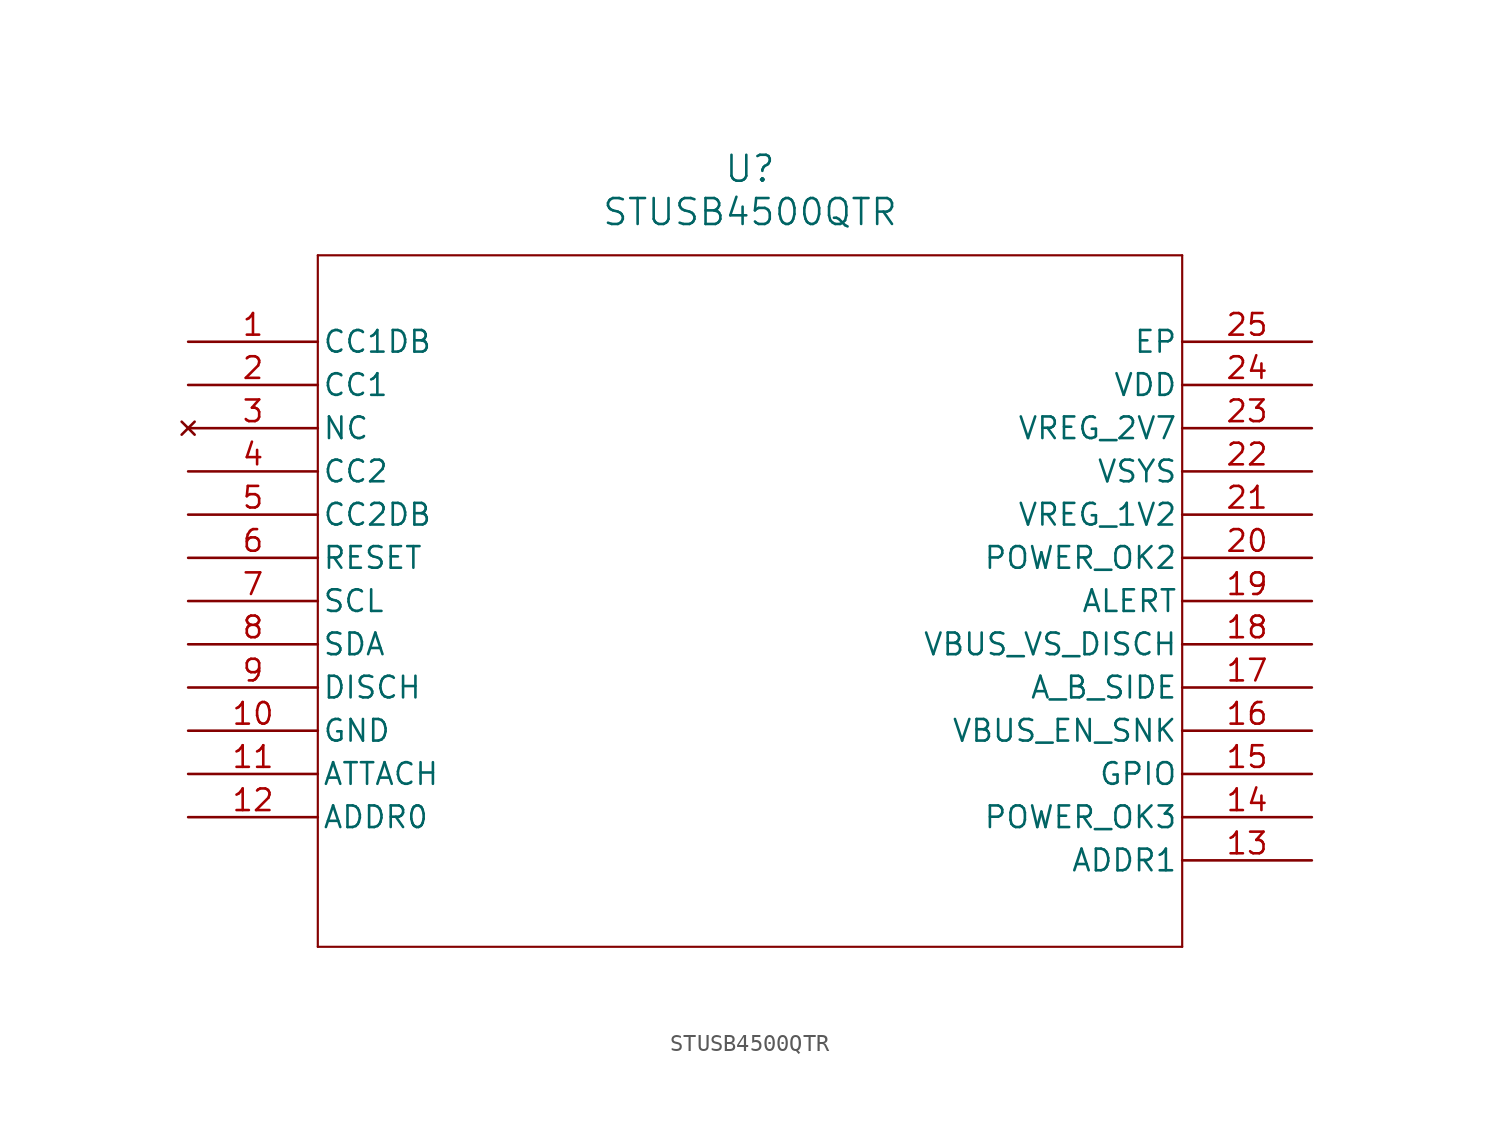
<source format=kicad_sym>
(kicad_symbol_lib
  (version 20211014)
  (generator kicad_symbol_editor)
  (symbol "STUSB4500QTR"
    (pin_names
      (offset 0.254))
    (property "Reference" "U"
      (at 33.02 10.16 0)
      (effects (font (size 1.524 1.524))))
    (property "Value" "STUSB4500QTR"
      (at 33.02 7.62 0)
      (effects (font (size 1.524 1.524))))
    (symbol "STUSB4500QTR_0_1"
      (polyline (pts (xy 7.62 5.08) (xy 7.62 -35.56)) (stroke (width 0.127) (type default) (color 0 0 0 0)) (fill (type none)))
      (polyline (pts (xy 7.62 -35.56) (xy 58.42 -35.56)) (stroke (width 0.127) (type default) (color 0 0 0 0)) (fill (type none)))
      (polyline (pts (xy 58.42 -35.56) (xy 58.42 5.08)) (stroke (width 0.127) (type default) (color 0 0 0 0)) (fill (type none)))
      (polyline (pts (xy 58.42 5.08) (xy 7.62 5.08)) (stroke (width 0.127) (type default) (color 0 0 0 0)) (fill (type none)))
      (pin unspecified line (at 0 0 0) (length 7.62) (name "CC1DB" (effects (font (size 1.27 1.27)))) (number "1" (effects (font (size 1.27 1.27)))))
      (pin unspecified line (at 0 -2.54 0) (length 7.62) (name "CC1" (effects (font (size 1.27 1.27)))) (number "2" (effects (font (size 1.27 1.27)))))
      (pin no_connect line (at 0 -5.08 0) (length 7.62) (name "NC" (effects (font (size 1.27 1.27)))) (number "3" (effects (font (size 1.27 1.27)))))
      (pin unspecified line (at 0 -7.62 0) (length 7.62) (name "CC2" (effects (font (size 1.27 1.27)))) (number "4" (effects (font (size 1.27 1.27)))))
      (pin unspecified line (at 0 -10.16 0) (length 7.62) (name "CC2DB" (effects (font (size 1.27 1.27)))) (number "5" (effects (font (size 1.27 1.27)))))
      (pin input line (at 0 -12.7 0) (length 7.62) (name "RESET" (effects (font (size 1.27 1.27)))) (number "6" (effects (font (size 1.27 1.27)))))
      (pin input line (at 0 -15.24 0) (length 7.62) (name "SCL" (effects (font (size 1.27 1.27)))) (number "7" (effects (font (size 1.27 1.27)))))
      (pin bidirectional line (at 0 -17.78 0) (length 7.62) (name "SDA" (effects (font (size 1.27 1.27)))) (number "8" (effects (font (size 1.27 1.27)))))
      (pin bidirectional line (at 0 -20.32 0) (length 7.62) (name "DISCH" (effects (font (size 1.27 1.27)))) (number "9" (effects (font (size 1.27 1.27)))))
      (pin power_out line (at 0 -22.86 0) (length 7.62) (name "GND" (effects (font (size 1.27 1.27)))) (number "10" (effects (font (size 1.27 1.27)))))
      (pin output line (at 0 -25.4 0) (length 7.62) (name "ATTACH" (effects (font (size 1.27 1.27)))) (number "11" (effects (font (size 1.27 1.27)))))
      (pin input line (at 0 -27.94 0) (length 7.62) (name "ADDR0" (effects (font (size 1.27 1.27)))) (number "12" (effects (font (size 1.27 1.27)))))
      (pin input line (at 66.04 -30.48 180) (length 7.62) (name "ADDR1" (effects (font (size 1.27 1.27)))) (number "13" (effects (font (size 1.27 1.27)))))
      (pin output line (at 66.04 -27.94 180) (length 7.62) (name "POWER_OK3" (effects (font (size 1.27 1.27)))) (number "14" (effects (font (size 1.27 1.27)))))
      (pin output line (at 66.04 -25.4 180) (length 7.62) (name "GPIO" (effects (font (size 1.27 1.27)))) (number "15" (effects (font (size 1.27 1.27)))))
      (pin input line (at 66.04 -22.86 180) (length 7.62) (name "VBUS_EN_SNK" (effects (font (size 1.27 1.27)))) (number "16" (effects (font (size 1.27 1.27)))))
      (pin output line (at 66.04 -20.32 180) (length 7.62) (name "A_B_SIDE" (effects (font (size 1.27 1.27)))) (number "17" (effects (font (size 1.27 1.27)))))
      (pin input line (at 66.04 -17.78 180) (length 7.62) (name "VBUS_VS_DISCH" (effects (font (size 1.27 1.27)))) (number "18" (effects (font (size 1.27 1.27)))))
      (pin output line (at 66.04 -15.24 180) (length 7.62) (name "ALERT" (effects (font (size 1.27 1.27)))) (number "19" (effects (font (size 1.27 1.27)))))
      (pin output line (at 66.04 -12.7 180) (length 7.62) (name "POWER_OK2" (effects (font (size 1.27 1.27)))) (number "20" (effects (font (size 1.27 1.27)))))
      (pin power_in line (at 66.04 -10.16 180) (length 7.62) (name "VREG_1V2" (effects (font (size 1.27 1.27)))) (number "21" (effects (font (size 1.27 1.27)))))
      (pin power_in line (at 66.04 -7.62 180) (length 7.62) (name "VSYS" (effects (font (size 1.27 1.27)))) (number "22" (effects (font (size 1.27 1.27)))))
      (pin power_in line (at 66.04 -5.08 180) (length 7.62) (name "VREG_2V7" (effects (font (size 1.27 1.27)))) (number "23" (effects (font (size 1.27 1.27)))))
      (pin power_in line (at 66.04 -2.54 180) (length 7.62) (name "VDD" (effects (font (size 1.27 1.27)))) (number "24" (effects (font (size 1.27 1.27)))))
      (pin power_out line (at 66.04 0 180) (length 7.62) (name "EP" (effects (font (size 1.27 1.27)))) (number "25" (effects (font (size 1.27 1.27))))))))
</source>
